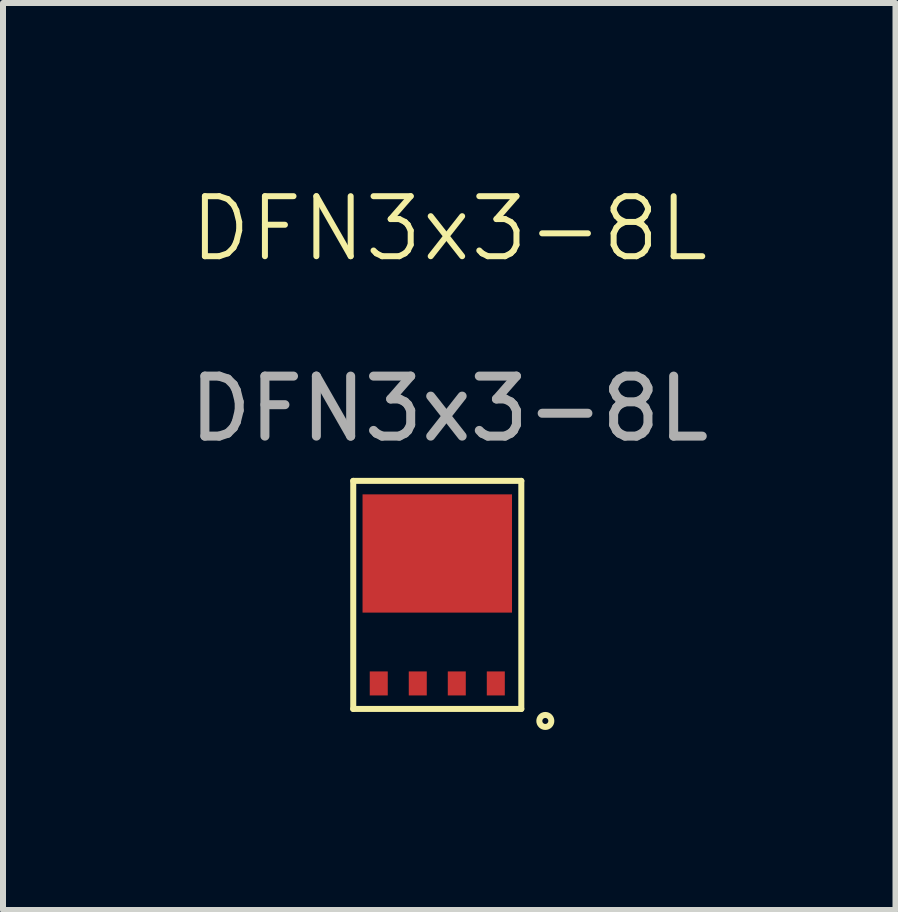
<source format=kicad_pcb>
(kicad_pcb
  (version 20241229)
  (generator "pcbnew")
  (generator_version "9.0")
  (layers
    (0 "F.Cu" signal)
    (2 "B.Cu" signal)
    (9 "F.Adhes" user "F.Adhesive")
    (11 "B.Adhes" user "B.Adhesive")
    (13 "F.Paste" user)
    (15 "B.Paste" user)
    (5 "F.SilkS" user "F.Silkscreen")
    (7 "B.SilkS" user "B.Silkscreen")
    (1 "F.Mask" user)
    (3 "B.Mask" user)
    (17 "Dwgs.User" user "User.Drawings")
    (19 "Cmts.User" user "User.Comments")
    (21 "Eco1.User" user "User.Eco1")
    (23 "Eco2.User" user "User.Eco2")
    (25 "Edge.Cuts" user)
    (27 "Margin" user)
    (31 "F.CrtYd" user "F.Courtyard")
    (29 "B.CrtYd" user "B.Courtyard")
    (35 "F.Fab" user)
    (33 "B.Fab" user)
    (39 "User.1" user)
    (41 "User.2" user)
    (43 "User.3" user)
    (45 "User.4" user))
  (footprint "DFN3x3-8L"
    (layer "F.Cu")
    (at 4.235 6.861)
    (property "Reference" "DFN3x3-8L" (at 0.2 -6.1 0) (unlocked yes) (layer "F.SilkS") (effects (font (size 1 1) (thickness 0.1))))
    (attr smd)
    (fp_line (start -1.4 -1.9) (end -1.4 1.9) (stroke (width 0.1) (type default)) (layer "F.SilkS"))
    (fp_line (start -1.4 1.9) (end 1.4 1.9) (stroke (width 0.1) (type default)) (layer "F.SilkS"))
    (fp_line (start 1.4 -1.9) (end -1.4 -1.9) (stroke (width 0.1) (type default)) (layer "F.SilkS"))
    (fp_line (start 1.4 1.9) (end 1.4 -1.9) (stroke (width 0.1) (type default)) (layer "F.SilkS"))
    (fp_circle (center 1.8 2.1) (end 1.9 2.1) (stroke (width 0.1) (type default)) (fill no) (layer "F.SilkS"))
    (fp_text user "${REFERENCE}" (at 0.2 -3.1 0) (unlocked yes) (layer "F.Fab") (effects (font (size 1 1) (thickness 0.15))))
    (pad "1" smd rect (at 0.975 1.475) (size 0.3 0.4) (layers "F.Cu" "F.Mask" "F.Paste"))
    (pad "2" smd rect (at -0.975 1.475) (size 0.3 0.4) (layers "F.Cu" "F.Mask" "F.Paste"))
    (pad "2" smd rect (at -0.325 1.475) (size 0.3 0.4) (layers "F.Cu" "F.Mask" "F.Paste"))
    (pad "2" smd rect (at 0.325 1.475) (size 0.3 0.4) (layers "F.Cu" "F.Mask" "F.Paste"))
    (pad "3" smd rect (at 0 -0.69) (size 2.49 1.97) (layers "F.Cu" "F.Mask" "F.Paste")))
  (gr_rect
    (start -3 -3)
    (end 11.869 12.111)
    (stroke (width 0.1) (type default))
    (fill no)
    (layer "Edge.Cuts")))
</source>
